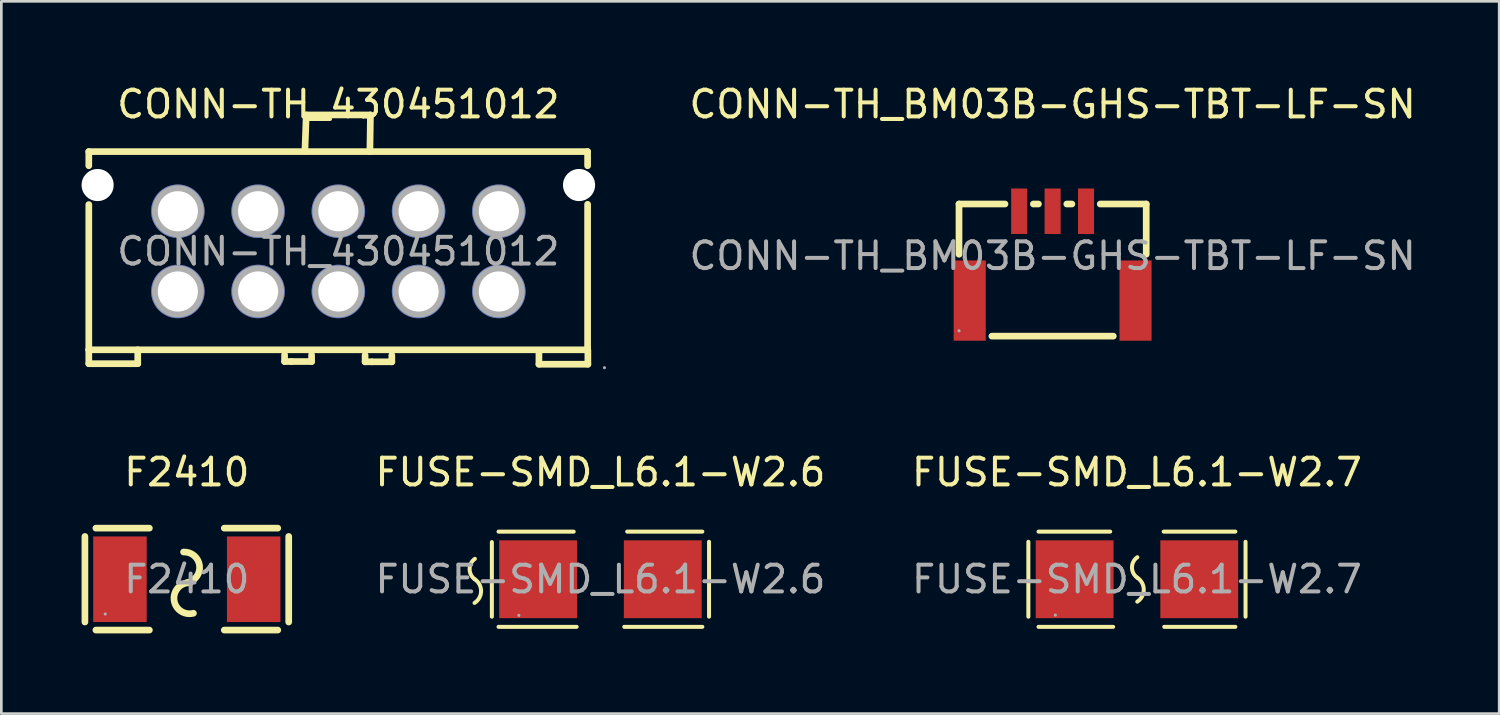
<source format=kicad_pcb>
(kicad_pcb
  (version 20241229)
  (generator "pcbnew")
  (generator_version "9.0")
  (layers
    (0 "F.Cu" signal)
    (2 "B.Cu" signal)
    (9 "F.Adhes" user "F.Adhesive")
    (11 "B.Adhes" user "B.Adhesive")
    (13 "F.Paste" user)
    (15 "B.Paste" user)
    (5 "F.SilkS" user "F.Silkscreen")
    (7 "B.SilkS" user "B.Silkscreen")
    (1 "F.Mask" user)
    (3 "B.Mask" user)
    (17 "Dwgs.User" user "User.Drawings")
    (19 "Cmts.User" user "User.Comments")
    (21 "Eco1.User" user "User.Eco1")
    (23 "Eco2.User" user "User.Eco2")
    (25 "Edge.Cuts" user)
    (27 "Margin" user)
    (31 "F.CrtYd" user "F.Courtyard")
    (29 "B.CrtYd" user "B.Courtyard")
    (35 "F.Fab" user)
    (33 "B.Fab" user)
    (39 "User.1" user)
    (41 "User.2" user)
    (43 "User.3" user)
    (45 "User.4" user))
  (footprint "CONN-TH_BM03B-GHS-TBT-LF-SN"
    (layer "F.Cu")
    (at 36.306 6.518)
    (property "Reference" "CONN-TH_BM03B-GHS-TBT-LF-SN" (at 0 -5.67 0) (layer "F.SilkS") (effects (font (size 1 1) (thickness 0.15))))
    (attr through_hole)
    (fp_line (start -3.5 -1.94) (end -3.5 -0.06) (stroke (width 0.25) (type solid)) (layer "F.SilkS"))
    (fp_line (start -3.5 -1.94) (end -1.78 -1.94) (stroke (width 0.25) (type solid)) (layer "F.SilkS"))
    (fp_line (start -2.27 3) (end 2.27 3) (stroke (width 0.25) (type solid)) (layer "F.SilkS"))
    (fp_line (start -0.72 -1.94) (end -0.53 -1.94) (stroke (width 0.25) (type solid)) (layer "F.SilkS"))
    (fp_line (start 0.53 -1.94) (end 0.72 -1.94) (stroke (width 0.25) (type solid)) (layer "F.SilkS"))
    (fp_line (start 1.78 -1.94) (end 3.5 -1.94) (stroke (width 0.25) (type solid)) (layer "F.SilkS"))
    (fp_line (start 3.5 -1.94) (end 3.5 -0.06) (stroke (width 0.25) (type solid)) (layer "F.SilkS"))
    (fp_circle (center -3.5 2.8) (end -3.47 2.8) (stroke (width 0.06) (type solid)) (fill no) (layer "F.Fab"))
    (fp_text user "${REFERENCE}" (at 0 0 0) (layer "F.Fab") (effects (font (size 1 1) (thickness 0.15))))
    (pad "1" smd rect (at 1.25 -1.67) (size 0.6 1.7) (layers "F.Cu" "F.Mask" "F.Paste"))
    (pad "2" smd rect (at 0 -1.67) (size 0.6 1.7) (layers "F.Cu" "F.Mask" "F.Paste"))
    (pad "3" smd rect (at -1.25 -1.67) (size 0.6 1.7) (layers "F.Cu" "F.Mask" "F.Paste"))
    (pad "4" smd rect (at 3.1 1.67) (size 1.2 3) (layers "F.Cu" "F.Mask" "F.Paste"))
    (pad "5" smd rect (at -3.1 1.67) (size 1.2 3) (layers "F.Cu" "F.Mask" "F.Paste")))
  (footprint "FUSE-SMD_L6.1-W2.6"
    (layer "F.Cu")
    (at 19.4 18.607)
    (property "Reference" "FUSE-SMD_L6.1-W2.6" (at 0 -4 0) (layer "F.SilkS") (effects (font (size 1 1) (thickness 0.15))))
    (attr smd)
    (fp_line (start -4.06 -1.39) (end -4.06 1.4) (stroke (width 0.15) (type solid)) (layer "F.SilkS"))
    (fp_line (start -3.81 -1.78) (end -1 -1.78) (stroke (width 0.15) (type solid)) (layer "F.SilkS"))
    (fp_line (start -0.89 1.78) (end -3.81 1.78) (stroke (width 0.15) (type solid)) (layer "F.SilkS"))
    (fp_line (start 0.89 1.78) (end 3.81 1.78) (stroke (width 0.15) (type solid)) (layer "F.SilkS"))
    (fp_line (start 3.81 -1.78) (end 1 -1.78) (stroke (width 0.15) (type solid)) (layer "F.SilkS"))
    (fp_line (start 4.06 -1.4) (end 4.06 1.4) (stroke (width 0.15) (type solid)) (layer "F.SilkS"))
    (fp_arc (start -4.7 0) (mid -4.463047 0.444493) (end -4.707545 0.884881) (stroke (width 0.15) (type solid)) (layer "F.SilkS"))
    (fp_arc (start -4.7 0) (mid -4.892009 -0.382754) (end -4.695546 -0.763242) (stroke (width 0.15) (type solid)) (layer "F.SilkS"))
    (fp_circle (center -3.05 1.35) (end -3.02 1.35) (stroke (width 0.06) (type solid)) (fill no) (layer "F.Fab"))
    (fp_text user "${REFERENCE}" (at 0 0 0) (layer "F.Fab") (effects (font (size 1 1) (thickness 0.15))))
    (pad "1" smd rect (at -2.33 0) (size 2.91 2.91) (layers "F.Cu" "F.Mask" "F.Paste"))
    (pad "2" smd rect (at 2.33 0) (size 2.91 2.91) (layers "F.Cu" "F.Mask" "F.Paste")))
  (footprint "F2410"
    (layer "F.Cu")
    (at 3.935 18.607)
    (property "Reference" "F2410" (at 0 -4 0) (layer "F.SilkS") (effects (font (size 1 1) (thickness 0.15))))
    (attr smd)
    (fp_line (start -3.81 -1.6) (end -3.81 1.6) (stroke (width 0.25) (type solid)) (layer "F.SilkS"))
    (fp_line (start -3.4 -1.91) (end -1.4 -1.91) (stroke (width 0.25) (type solid)) (layer "F.SilkS"))
    (fp_line (start -3.4 1.9) (end -1.4 1.9) (stroke (width 0.25) (type solid)) (layer "F.SilkS"))
    (fp_line (start 1.4 -1.91) (end 3.4 -1.91) (stroke (width 0.25) (type solid)) (layer "F.SilkS"))
    (fp_line (start 1.4 1.9) (end 3.4 1.9) (stroke (width 0.25) (type solid)) (layer "F.SilkS"))
    (fp_line (start 3.81 -1.6) (end 3.81 1.6) (stroke (width 0.25) (type solid)) (layer "F.SilkS"))
    (fp_arc (start -0.121919 -1.01829) (mid 0.475471 -0.5011) (end 0 0.13) (stroke (width 0.25) (type solid)) (layer "F.SilkS"))
    (fp_arc (start 0.247073 1.271845) (mid -0.477747 0.769236) (end 0.13 0.13) (stroke (width 0.25) (type solid)) (layer "F.SilkS"))
    (fp_circle (center -3.05 1.3) (end -3.02 1.3) (stroke (width 0.06) (type solid)) (fill no) (layer "F.Fab"))
    (fp_text user "${REFERENCE}" (at 0 0 0) (layer "F.Fab") (effects (font (size 1 1) (thickness 0.15))))
    (pad "1" smd rect (at -2.5 0) (size 2 3.2) (layers "F.Cu" "F.Mask" "F.Paste"))
    (pad "2" smd rect (at 2.5 0) (size 2 3.2) (layers "F.Cu" "F.Mask" "F.Paste")))
  (footprint "CONN-TH_430451012"
    (layer "F.Cu")
    (at 9.6 6.348)
    (property "Reference" "CONN-TH_430451012" (at 0 -5.5 0) (layer "F.SilkS") (effects (font (size 1 1) (thickness 0.15))))
    (attr through_hole)
    (fp_line (start -9.33 -3.73) (end -9.33 -3.2) (stroke (width 0.25) (type solid)) (layer "F.SilkS"))
    (fp_line (start -9.33 -3.73) (end 9.32 -3.73) (stroke (width 0.25) (type solid)) (layer "F.SilkS"))
    (fp_line (start -9.33 -1.75) (end -9.33 3.68) (stroke (width 0.25) (type solid)) (layer "F.SilkS"))
    (fp_line (start -9.33 3.68) (end -9.33 4.2) (stroke (width 0.25) (type solid)) (layer "F.SilkS"))
    (fp_line (start -9.33 4.2) (end -7.5 4.2) (stroke (width 0.25) (type solid)) (layer "F.SilkS"))
    (fp_line (start -7.5 4.2) (end -7.5 3.68) (stroke (width 0.25) (type solid)) (layer "F.SilkS"))
    (fp_line (start -2.01 3.87) (end -2.01 4.12) (stroke (width 0.25) (type solid)) (layer "F.SilkS"))
    (fp_line (start -2.01 4.12) (end -1.75 4.12) (stroke (width 0.25) (type solid)) (layer "F.SilkS"))
    (fp_line (start -1.75 4.12) (end -1 4.12) (stroke (width 0.25) (type solid)) (layer "F.SilkS"))
    (fp_line (start -1.25 -3.75) (end -1.2 -5.1) (stroke (width 0.25) (type solid)) (layer "F.SilkS"))
    (fp_line (start -1.2 -5.1) (end 1.2 -5.1) (stroke (width 0.25) (type solid)) (layer "F.SilkS"))
    (fp_line (start -1 4.12) (end -1 3.87) (stroke (width 0.25) (type solid)) (layer "F.SilkS"))
    (fp_line (start 1 3.88) (end 1 4.13) (stroke (width 0.25) (type solid)) (layer "F.SilkS"))
    (fp_line (start 1 4.13) (end 1.25 4.13) (stroke (width 0.25) (type solid)) (layer "F.SilkS"))
    (fp_line (start 1.2 -5.1) (end 1.18 -3.73) (stroke (width 0.25) (type solid)) (layer "F.SilkS"))
    (fp_line (start 1.25 4.13) (end 2 4.13) (stroke (width 0.25) (type solid)) (layer "F.SilkS"))
    (fp_line (start 2 4.13) (end 2 3.88) (stroke (width 0.25) (type solid)) (layer "F.SilkS"))
    (fp_line (start 7.5 3.7) (end 7.5 4.22) (stroke (width 0.25) (type solid)) (layer "F.SilkS"))
    (fp_line (start 7.5 4.22) (end 9.33 4.22) (stroke (width 0.25) (type solid)) (layer "F.SilkS"))
    (fp_line (start 9.32 -3.73) (end 9.32 -3.2) (stroke (width 0.25) (type solid)) (layer "F.SilkS"))
    (fp_line (start 9.32 -1.76) (end 9.32 3.7) (stroke (width 0.25) (type solid)) (layer "F.SilkS"))
    (fp_line (start 9.32 3.68) (end -9.33 3.68) (stroke (width 0.25) (type solid)) (layer "F.SilkS"))
    (fp_line (start 9.33 4.22) (end 9.33 3.7) (stroke (width 0.25) (type solid)) (layer "F.SilkS"))
    (fp_circle (center -9 -2.48) (end -8.75 -2.48) (stroke (width 0.5) (type solid)) (fill no) (layer "F.Fab"))
    (fp_circle (center -6 -1.5) (end -5.68 -1.5) (stroke (width 0.65) (type solid)) (fill no) (layer "F.Fab"))
    (fp_circle (center -6 1.5) (end -5.68 1.5) (stroke (width 0.65) (type solid)) (fill no) (layer "F.Fab"))
    (fp_circle (center -3 -1.5) (end -2.68 -1.5) (stroke (width 0.65) (type solid)) (fill no) (layer "F.Fab"))
    (fp_circle (center -3 1.5) (end -2.68 1.5) (stroke (width 0.65) (type solid)) (fill no) (layer "F.Fab"))
    (fp_circle (center 0 -1.5) (end 0.32 -1.5) (stroke (width 0.65) (type solid)) (fill no) (layer "F.Fab"))
    (fp_circle (center 0 1.5) (end 0.32 1.5) (stroke (width 0.65) (type solid)) (fill no) (layer "F.Fab"))
    (fp_circle (center 3 -1.5) (end 3.32 -1.5) (stroke (width 0.65) (type solid)) (fill no) (layer "F.Fab"))
    (fp_circle (center 3 1.5) (end 3.32 1.5) (stroke (width 0.65) (type solid)) (fill no) (layer "F.Fab"))
    (fp_circle (center 6 -1.5) (end 6.32 -1.5) (stroke (width 0.65) (type solid)) (fill no) (layer "F.Fab"))
    (fp_circle (center 6 1.5) (end 6.32 1.5) (stroke (width 0.65) (type solid)) (fill no) (layer "F.Fab"))
    (fp_circle (center 9 -2.48) (end 9.25 -2.48) (stroke (width 0.5) (type solid)) (fill no) (layer "F.Fab"))
    (fp_circle (center 9.95 4.35) (end 9.98 4.35) (stroke (width 0.06) (type solid)) (fill no) (layer "F.Fab"))
    (fp_text user "${REFERENCE}" (at 0 0 0) (layer "F.Fab") (effects (font (size 1 1) (thickness 0.15))))
    (pad "" np_thru_hole circle (at -9 -2.48) (size 1.2 1.2) (drill 1.2) (layers "*.Cu" "*.Mask"))
    (pad "" np_thru_hole circle (at 9 -2.48) (size 1.2 1.2) (drill 1.2) (layers "*.Cu" "*.Mask"))
    (pad "1" thru_hole circle (at 6 1.5) (size 2 2) (drill 1.5) (layers "*.Cu" "*.Mask"))
    (pad "2" thru_hole circle (at 3 1.5) (size 2 2) (drill 1.5) (layers "*.Cu" "*.Mask"))
    (pad "3" thru_hole circle (at 0 1.5) (size 2 2) (drill 1.5) (layers "*.Cu" "*.Mask"))
    (pad "4" thru_hole circle (at -3 1.5) (size 2 2) (drill 1.5) (layers "*.Cu" "*.Mask"))
    (pad "5" thru_hole circle (at -6 1.5) (size 2 2) (drill 1.5) (layers "*.Cu" "*.Mask"))
    (pad "6" thru_hole circle (at 6 -1.5) (size 2 2) (drill 1.5) (layers "*.Cu" "*.Mask"))
    (pad "7" thru_hole circle (at 3 -1.5) (size 2 2) (drill 1.5) (layers "*.Cu" "*.Mask"))
    (pad "8" thru_hole circle (at 0 -1.5) (size 2 2) (drill 1.5) (layers "*.Cu" "*.Mask"))
    (pad "9" thru_hole circle (at -3 -1.5) (size 2 2) (drill 1.5) (layers "*.Cu" "*.Mask"))
    (pad "10" thru_hole circle (at -6 -1.5) (size 2 2) (drill 1.5) (layers "*.Cu" "*.Mask")))
  (footprint "FUSE-SMD_L6.1-W2.7"
    (layer "F.Cu")
    (at 39.459 18.607)
    (property "Reference" "FUSE-SMD_L6.1-W2.7" (at 0 -4 0) (layer "F.SilkS") (effects (font (size 1 1) (thickness 0.15))))
    (attr smd)
    (fp_line (start -4.06 -1.4) (end -4.06 1.4) (stroke (width 0.15) (type solid)) (layer "F.SilkS"))
    (fp_line (start -3.68 -1.78) (end -1 -1.78) (stroke (width 0.15) (type solid)) (layer "F.SilkS"))
    (fp_line (start -0.89 1.78) (end -3.68 1.78) (stroke (width 0.15) (type solid)) (layer "F.SilkS"))
    (fp_line (start 1.02 1.78) (end 3.68 1.78) (stroke (width 0.15) (type solid)) (layer "F.SilkS"))
    (fp_line (start 3.68 -1.78) (end 1 -1.78) (stroke (width 0.15) (type solid)) (layer "F.SilkS"))
    (fp_line (start 4.06 -1.4) (end 4.06 1.4) (stroke (width 0.15) (type solid)) (layer "F.SilkS"))
    (fp_arc (start 0.01 -0.06) (mid 0.25535 0.389061) (end 0.011576 0.83898) (stroke (width 0.15) (type solid)) (layer "F.SilkS"))
    (fp_arc (start 0.01 -0.06) (mid -0.186143 -0.443212) (end 0.015262 -0.823685) (stroke (width 0.15) (type solid)) (layer "F.SilkS"))
    (fp_circle (center -3.05 1.34) (end -3.02 1.34) (stroke (width 0.06) (type solid)) (fill no) (layer "F.Fab"))
    (fp_text user "${REFERENCE}" (at 0 0 0) (layer "F.Fab") (effects (font (size 1 1) (thickness 0.15))))
    (pad "1" smd rect (at -2.33 0) (size 2.91 2.91) (layers "F.Cu" "F.Mask" "F.Paste"))
    (pad "2" smd rect (at 2.33 0) (size 2.91 2.91) (layers "F.Cu" "F.Mask" "F.Paste")))
  (gr_rect
    (start -3 -3)
    (end 53.003 23.631)
    (stroke (width 0.1) (type default))
    (fill no)
    (layer "Edge.Cuts")))
</source>
